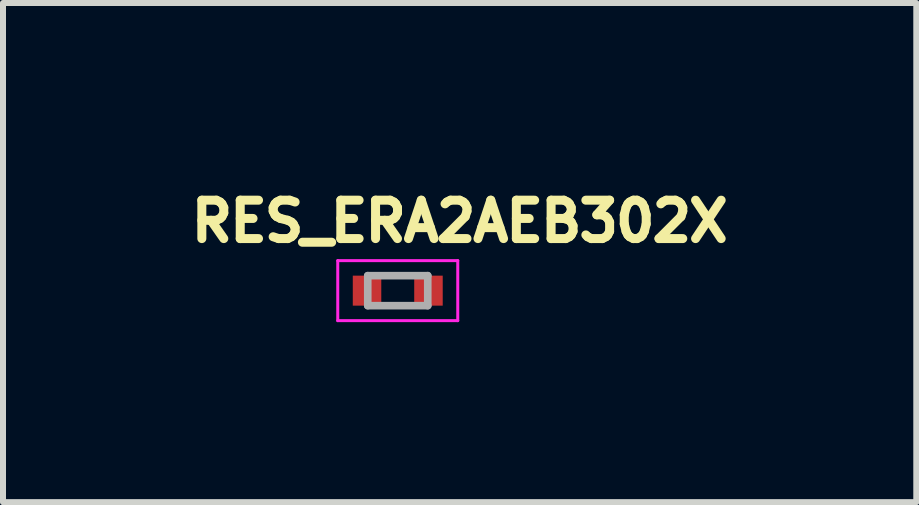
<source format=kicad_pcb>
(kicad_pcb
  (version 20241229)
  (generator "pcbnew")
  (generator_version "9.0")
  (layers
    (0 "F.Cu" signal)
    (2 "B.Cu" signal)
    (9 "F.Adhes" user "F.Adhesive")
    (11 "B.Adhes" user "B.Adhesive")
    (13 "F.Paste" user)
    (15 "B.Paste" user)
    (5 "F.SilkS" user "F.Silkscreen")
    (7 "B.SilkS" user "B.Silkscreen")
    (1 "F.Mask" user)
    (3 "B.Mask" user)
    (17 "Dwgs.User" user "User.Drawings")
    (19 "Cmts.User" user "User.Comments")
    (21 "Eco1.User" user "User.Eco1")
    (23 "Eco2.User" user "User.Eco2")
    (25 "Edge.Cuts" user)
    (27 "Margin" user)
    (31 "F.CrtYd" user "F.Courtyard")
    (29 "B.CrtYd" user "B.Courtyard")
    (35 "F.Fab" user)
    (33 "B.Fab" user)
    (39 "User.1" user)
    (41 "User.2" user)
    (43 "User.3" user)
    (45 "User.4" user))
  (footprint "RES_ERA2AEB302X"
    (layer "F.Cu")
    (at 3.579 1.794)
    (property "Reference" "RES_ERA2AEB302X" (at 1.032 -1.156 0) (layer "F.SilkS") (effects (font (size 0.64 0.64) (thickness 0.15))))
    (attr smd)
    (fp_line (start -1 -0.5) (end -1 0.5) (stroke (width 0.05) (type solid)) (layer "F.CrtYd"))
    (fp_line (start -1 0.5) (end 1 0.5) (stroke (width 0.05) (type solid)) (layer "F.CrtYd"))
    (fp_line (start 1 -0.5) (end -1 -0.5) (stroke (width 0.05) (type solid)) (layer "F.CrtYd"))
    (fp_line (start 1 0.5) (end 1 -0.5) (stroke (width 0.05) (type solid)) (layer "F.CrtYd"))
    (fp_line (start -0.5 -0.25) (end -0.5 0.25) (stroke (width 0.127) (type solid)) (layer "F.Fab"))
    (fp_line (start -0.5 -0.25) (end 0.5 -0.25) (stroke (width 0.127) (type solid)) (layer "F.Fab"))
    (fp_line (start -0.5 0.25) (end 0.5 0.25) (stroke (width 0.127) (type solid)) (layer "F.Fab"))
    (fp_line (start 0.5 -0.25) (end 0.5 0.25) (stroke (width 0.127) (type solid)) (layer "F.Fab"))
    (pad "1" smd rect (at -0.512 0) (size 0.475 0.5) (layers "F.Cu" "F.Mask" "F.Paste"))
    (pad "2" smd rect (at 0.512 0) (size 0.475 0.5) (layers "F.Cu" "F.Mask" "F.Paste")))
  (gr_rect
    (start -3 -3)
    (end 12.221 5.319)
    (stroke (width 0.1) (type default))
    (fill no)
    (layer "Edge.Cuts")))
</source>
